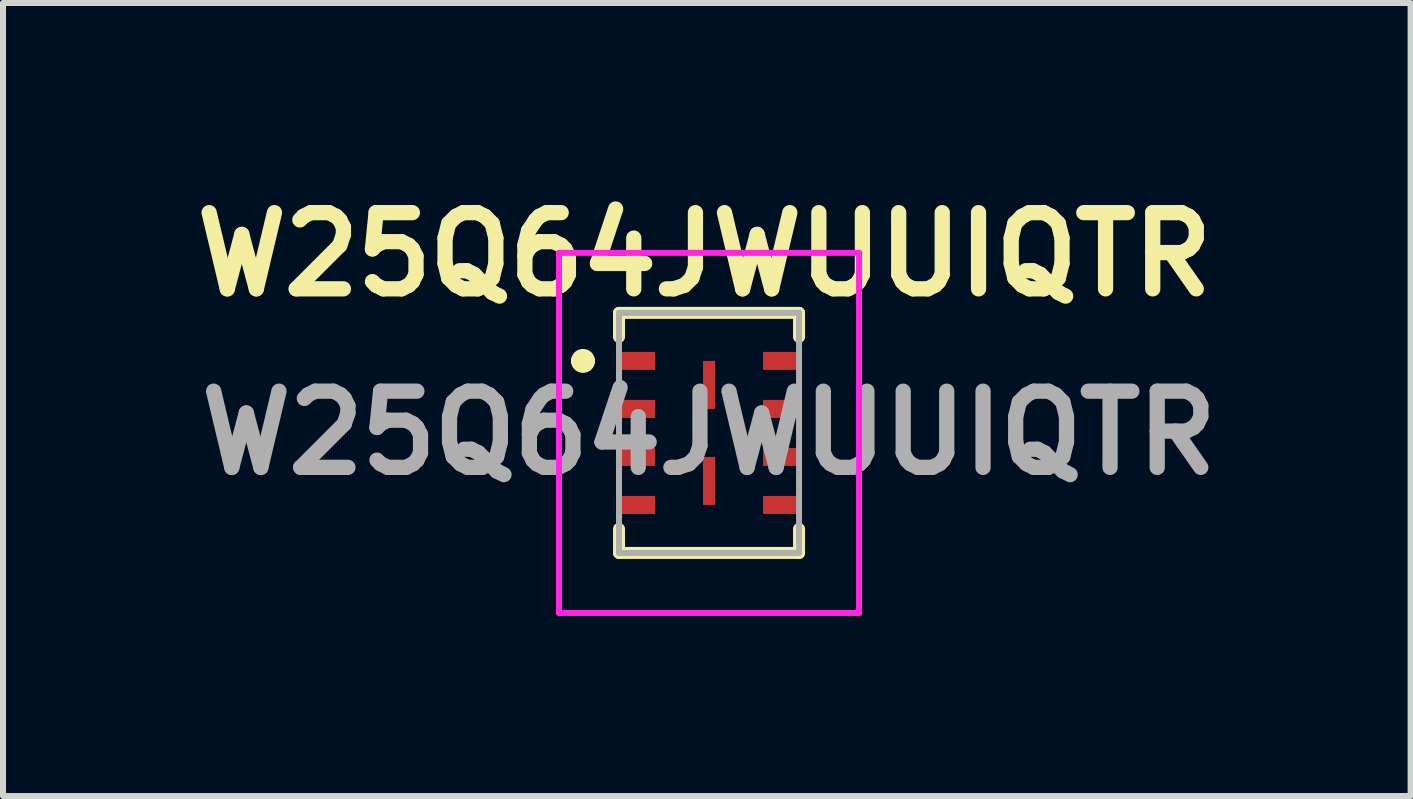
<source format=kicad_pcb>
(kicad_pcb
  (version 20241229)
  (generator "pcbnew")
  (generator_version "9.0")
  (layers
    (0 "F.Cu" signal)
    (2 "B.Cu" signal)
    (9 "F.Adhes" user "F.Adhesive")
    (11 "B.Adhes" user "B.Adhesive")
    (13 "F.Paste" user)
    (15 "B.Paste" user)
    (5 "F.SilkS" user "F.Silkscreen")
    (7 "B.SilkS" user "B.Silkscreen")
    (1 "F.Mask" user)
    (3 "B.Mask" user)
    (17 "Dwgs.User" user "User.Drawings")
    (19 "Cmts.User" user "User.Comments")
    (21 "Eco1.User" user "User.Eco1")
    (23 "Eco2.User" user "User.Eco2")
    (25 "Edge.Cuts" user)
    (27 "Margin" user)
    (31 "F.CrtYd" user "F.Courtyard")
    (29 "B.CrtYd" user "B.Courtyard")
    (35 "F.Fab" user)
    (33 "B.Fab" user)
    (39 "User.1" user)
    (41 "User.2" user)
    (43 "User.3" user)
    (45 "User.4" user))
  (footprint "W25Q64JWUUIQTR"
    (layer "F.Cu")
    (at 8.765 4.164)
    (property "Reference" "W25Q64JWUUIQTR" (at -0.075 -2.975 0) (layer "F.SilkS") (effects (font (size 1.27 1.27) (thickness 0.254))))
    (attr smd)
    (fp_line (start -2.2 -1.2) (end -2.2 -1.2) (stroke (width 0.2) (type solid)) (layer "F.SilkS"))
    (fp_line (start -2 -1.2) (end -2 -1.2) (stroke (width 0.2) (type solid)) (layer "F.SilkS"))
    (fp_line (start -1.5 -2) (end 1.5 -2) (stroke (width 0.2) (type solid)) (layer "F.SilkS"))
    (fp_line (start -1.5 -1.6) (end -1.5 -2) (stroke (width 0.2) (type solid)) (layer "F.SilkS"))
    (fp_line (start -1.5 1.6) (end -1.5 2) (stroke (width 0.2) (type solid)) (layer "F.SilkS"))
    (fp_line (start -1.5 2) (end 1.5 2) (stroke (width 0.2) (type solid)) (layer "F.SilkS"))
    (fp_line (start 1.5 -2) (end 1.5 -1.6) (stroke (width 0.2) (type solid)) (layer "F.SilkS"))
    (fp_line (start 1.5 2) (end 1.5 1.6) (stroke (width 0.2) (type solid)) (layer "F.SilkS"))
    (fp_arc (start -2.2 -1.2) (mid -2.1 -1.3) (end -2 -1.2) (stroke (width 0.2) (type solid)) (layer "F.SilkS"))
    (fp_arc (start -2 -1.2) (mid -2.1 -1.1) (end -2.2 -1.2) (stroke (width 0.2) (type solid)) (layer "F.SilkS"))
    (fp_line (start -2.5 -3) (end 2.5 -3) (stroke (width 0.1) (type solid)) (layer "F.CrtYd"))
    (fp_line (start -2.5 3) (end -2.5 -3) (stroke (width 0.1) (type solid)) (layer "F.CrtYd"))
    (fp_line (start 2.5 -3) (end 2.5 3) (stroke (width 0.1) (type solid)) (layer "F.CrtYd"))
    (fp_line (start 2.5 3) (end -2.5 3) (stroke (width 0.1) (type solid)) (layer "F.CrtYd"))
    (fp_line (start -1.5 -2) (end 1.5 -2) (stroke (width 0.1) (type solid)) (layer "F.Fab"))
    (fp_line (start -1.5 2) (end -1.5 -2) (stroke (width 0.1) (type solid)) (layer "F.Fab"))
    (fp_line (start 1.5 -2) (end 1.5 2) (stroke (width 0.1) (type solid)) (layer "F.Fab"))
    (fp_line (start 1.5 2) (end -1.5 2) (stroke (width 0.1) (type solid)) (layer "F.Fab"))
    (fp_text user "${REFERENCE}" (at 0 0 0) (layer "F.Fab") (effects (font (size 1.27 1.27) (thickness 0.254))))
    (pad "1" smd rect (at -1.2 -1.2 90) (size 0.3 0.6) (layers "F.Cu" "F.Mask" "F.Paste"))
    (pad "2" smd rect (at -1.2 -0.4 90) (size 0.3 0.6) (layers "F.Cu" "F.Mask" "F.Paste"))
    (pad "3" smd rect (at -1.2 0.4 90) (size 0.3 0.6) (layers "F.Cu" "F.Mask" "F.Paste"))
    (pad "4" smd rect (at -1.2 1.2 90) (size 0.3 0.6) (layers "F.Cu" "F.Mask" "F.Paste"))
    (pad "5" smd rect (at 1.2 1.2 90) (size 0.3 0.6) (layers "F.Cu" "F.Mask" "F.Paste"))
    (pad "6" smd rect (at 1.2 0.4 90) (size 0.3 0.6) (layers "F.Cu" "F.Mask" "F.Paste"))
    (pad "7" smd rect (at 1.2 -0.4 90) (size 0.3 0.6) (layers "F.Cu" "F.Mask" "F.Paste"))
    (pad "8" smd rect (at 1.2 -1.2 90) (size 0.3 0.6) (layers "F.Cu" "F.Mask" "F.Paste"))
    (pad "9" smd rect (at 0 -0.8) (size 0.2 0.8) (layers "F.Cu" "F.Mask" "F.Paste"))
    (pad "10" smd rect (at 0 0.8) (size 0.2 0.8) (layers "F.Cu" "F.Mask" "F.Paste")))
  (gr_rect
    (start -3 -3)
    (end 20.456 10.214)
    (stroke (width 0.1) (type default))
    (fill no)
    (layer "Edge.Cuts")))
</source>
